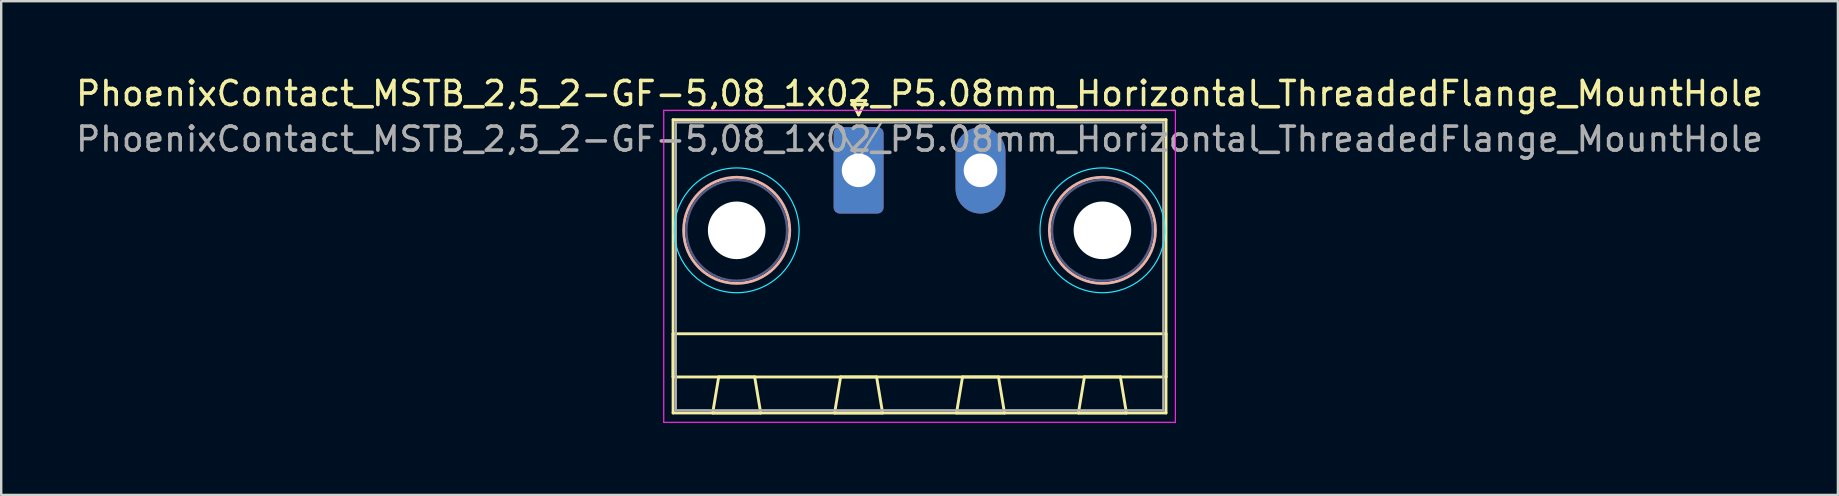
<source format=kicad_pcb>
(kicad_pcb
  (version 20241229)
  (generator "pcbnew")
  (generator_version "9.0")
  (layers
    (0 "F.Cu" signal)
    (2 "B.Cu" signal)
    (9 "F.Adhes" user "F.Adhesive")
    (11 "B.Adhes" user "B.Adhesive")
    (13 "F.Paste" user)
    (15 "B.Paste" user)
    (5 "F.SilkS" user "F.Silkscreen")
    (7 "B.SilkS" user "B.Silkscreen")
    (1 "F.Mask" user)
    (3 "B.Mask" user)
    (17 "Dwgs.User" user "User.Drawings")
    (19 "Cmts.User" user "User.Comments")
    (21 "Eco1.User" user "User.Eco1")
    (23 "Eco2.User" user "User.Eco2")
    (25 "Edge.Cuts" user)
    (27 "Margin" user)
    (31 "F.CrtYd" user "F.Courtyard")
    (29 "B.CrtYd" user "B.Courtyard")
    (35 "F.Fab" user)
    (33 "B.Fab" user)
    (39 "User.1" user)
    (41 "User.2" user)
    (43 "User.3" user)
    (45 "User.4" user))
  (footprint "PhoenixContact_MSTB_2,5_2-GF-5,08_1x02_P5.08mm_Horizontal_ThreadedFlange_MountHole"
    (layer "F.Cu")
    (at 32.728 4.048)
    (property "Reference" "PhoenixContact_MSTB_2,5_2-GF-5,08_1x02_P5.08mm_Horizontal_ThreadedFlange_MountHole" (at 2.54 -3.2 0) (layer "F.SilkS") (effects (font (size 1 1) (thickness 0.15))))
    (attr through_hole)
    (fp_line (start -7.73 -2.11) (end -7.73 10.11) (stroke (width 0.12) (type solid)) (layer "F.SilkS"))
    (fp_line (start -7.73 6.81) (end 12.81 6.81) (stroke (width 0.12) (type solid)) (layer "F.SilkS"))
    (fp_line (start -7.73 8.61) (end -7.73 6.81) (stroke (width 0.12) (type solid)) (layer "F.SilkS"))
    (fp_line (start -7.73 10.11) (end 12.81 10.11) (stroke (width 0.12) (type solid)) (layer "F.SilkS"))
    (fp_line (start -6.08 10.11) (end -4.08 10.11) (stroke (width 0.12) (type solid)) (layer "F.SilkS"))
    (fp_line (start -5.83 8.61) (end -6.08 10.11) (stroke (width 0.12) (type solid)) (layer "F.SilkS"))
    (fp_line (start -4.33 8.61) (end -5.83 8.61) (stroke (width 0.12) (type solid)) (layer "F.SilkS"))
    (fp_line (start -4.08 10.11) (end -4.33 8.61) (stroke (width 0.12) (type solid)) (layer "F.SilkS"))
    (fp_line (start -1 10.11) (end 1 10.11) (stroke (width 0.12) (type solid)) (layer "F.SilkS"))
    (fp_line (start -0.75 8.61) (end -1 10.11) (stroke (width 0.12) (type solid)) (layer "F.SilkS"))
    (fp_line (start -0.3 -2.91) (end 0.3 -2.91) (stroke (width 0.12) (type solid)) (layer "F.SilkS"))
    (fp_line (start 0 -2.31) (end -0.3 -2.91) (stroke (width 0.12) (type solid)) (layer "F.SilkS"))
    (fp_line (start 0.3 -2.91) (end 0 -2.31) (stroke (width 0.12) (type solid)) (layer "F.SilkS"))
    (fp_line (start 0.75 8.61) (end -0.75 8.61) (stroke (width 0.12) (type solid)) (layer "F.SilkS"))
    (fp_line (start 1 10.11) (end 0.75 8.61) (stroke (width 0.12) (type solid)) (layer "F.SilkS"))
    (fp_line (start 4.08 10.11) (end 6.08 10.11) (stroke (width 0.12) (type solid)) (layer "F.SilkS"))
    (fp_line (start 4.33 8.61) (end 4.08 10.11) (stroke (width 0.12) (type solid)) (layer "F.SilkS"))
    (fp_line (start 5.83 8.61) (end 4.33 8.61) (stroke (width 0.12) (type solid)) (layer "F.SilkS"))
    (fp_line (start 6.08 10.11) (end 5.83 8.61) (stroke (width 0.12) (type solid)) (layer "F.SilkS"))
    (fp_line (start 9.16 10.11) (end 11.16 10.11) (stroke (width 0.12) (type solid)) (layer "F.SilkS"))
    (fp_line (start 9.41 8.61) (end 9.16 10.11) (stroke (width 0.12) (type solid)) (layer "F.SilkS"))
    (fp_line (start 10.91 8.61) (end 9.41 8.61) (stroke (width 0.12) (type solid)) (layer "F.SilkS"))
    (fp_line (start 11.16 10.11) (end 10.91 8.61) (stroke (width 0.12) (type solid)) (layer "F.SilkS"))
    (fp_line (start 12.81 -2.11) (end -7.73 -2.11) (stroke (width 0.12) (type solid)) (layer "F.SilkS"))
    (fp_line (start 12.81 6.81) (end 12.81 8.61) (stroke (width 0.12) (type solid)) (layer "F.SilkS"))
    (fp_line (start 12.81 8.61) (end -7.73 8.61) (stroke (width 0.12) (type solid)) (layer "F.SilkS"))
    (fp_line (start 12.81 10.11) (end 12.81 -2.11) (stroke (width 0.12) (type solid)) (layer "F.SilkS"))
    (fp_circle (center -5.08 2.5) (end -2.87 2.5) (stroke (width 0.12) (type solid)) (fill no) (layer "B.SilkS"))
    (fp_circle (center 10.16 2.5) (end 12.37 2.5) (stroke (width 0.12) (type solid)) (fill no) (layer "B.SilkS"))
    (fp_circle (center -5.08 2.5) (end -2.48 2.5) (stroke (width 0.05) (type solid)) (fill no) (layer "B.CrtYd"))
    (fp_circle (center 10.16 2.5) (end 12.76 2.5) (stroke (width 0.05) (type solid)) (fill no) (layer "B.CrtYd"))
    (fp_line (start -8.12 -2.5) (end -8.12 10.5) (stroke (width 0.05) (type solid)) (layer "F.CrtYd"))
    (fp_line (start -8.12 10.5) (end 13.2 10.5) (stroke (width 0.05) (type solid)) (layer "F.CrtYd"))
    (fp_line (start 13.2 -2.5) (end -8.12 -2.5) (stroke (width 0.05) (type solid)) (layer "F.CrtYd"))
    (fp_line (start 13.2 10.5) (end 13.2 -2.5) (stroke (width 0.05) (type solid)) (layer "F.CrtYd"))
    (fp_circle (center -5.08 2.5) (end -2.98 2.5) (stroke (width 0.1) (type solid)) (fill no) (layer "B.Fab"))
    (fp_circle (center 10.16 2.5) (end 12.26 2.5) (stroke (width 0.1) (type solid)) (fill no) (layer "B.Fab"))
    (fp_line (start -7.62 -2) (end -7.62 10) (stroke (width 0.1) (type solid)) (layer "F.Fab"))
    (fp_line (start -7.62 10) (end 12.7 10) (stroke (width 0.1) (type solid)) (layer "F.Fab"))
    (fp_line (start 0 -0.5) (end -0.95 -2) (stroke (width 0.1) (type solid)) (layer "F.Fab"))
    (fp_line (start 0.95 -2) (end 0 -0.5) (stroke (width 0.1) (type solid)) (layer "F.Fab"))
    (fp_line (start 12.7 -2) (end -7.62 -2) (stroke (width 0.1) (type solid)) (layer "F.Fab"))
    (fp_line (start 12.7 10) (end 12.7 -2) (stroke (width 0.1) (type solid)) (layer "F.Fab"))
    (fp_text user "${REFERENCE}" (at 2.54 -1.3 0) (layer "F.Fab") (effects (font (size 1 1) (thickness 0.15))))
    (pad "" np_thru_hole circle (at -5.08 2.5) (size 2.4 2.4) (drill 2.4) (layers "*.Cu" "*.Mask"))
    (pad "" np_thru_hole circle (at 10.16 2.5) (size 2.4 2.4) (drill 2.4) (layers "*.Cu" "*.Mask"))
    (pad "1" thru_hole roundrect (at 0 0) (size 2.08 3.6) (drill 1.4) (layers "*.Cu" "*.Mask") (roundrect_rratio 0.12))
    (pad "2" thru_hole oval (at 5.08 0) (size 2.08 3.6) (drill 1.4) (layers "*.Cu" "*.Mask")))
  (gr_rect
    (start -3 -3)
    (end 73.536 17.573)
    (stroke (width 0.1) (type default))
    (fill no)
    (layer "Edge.Cuts")))
</source>
